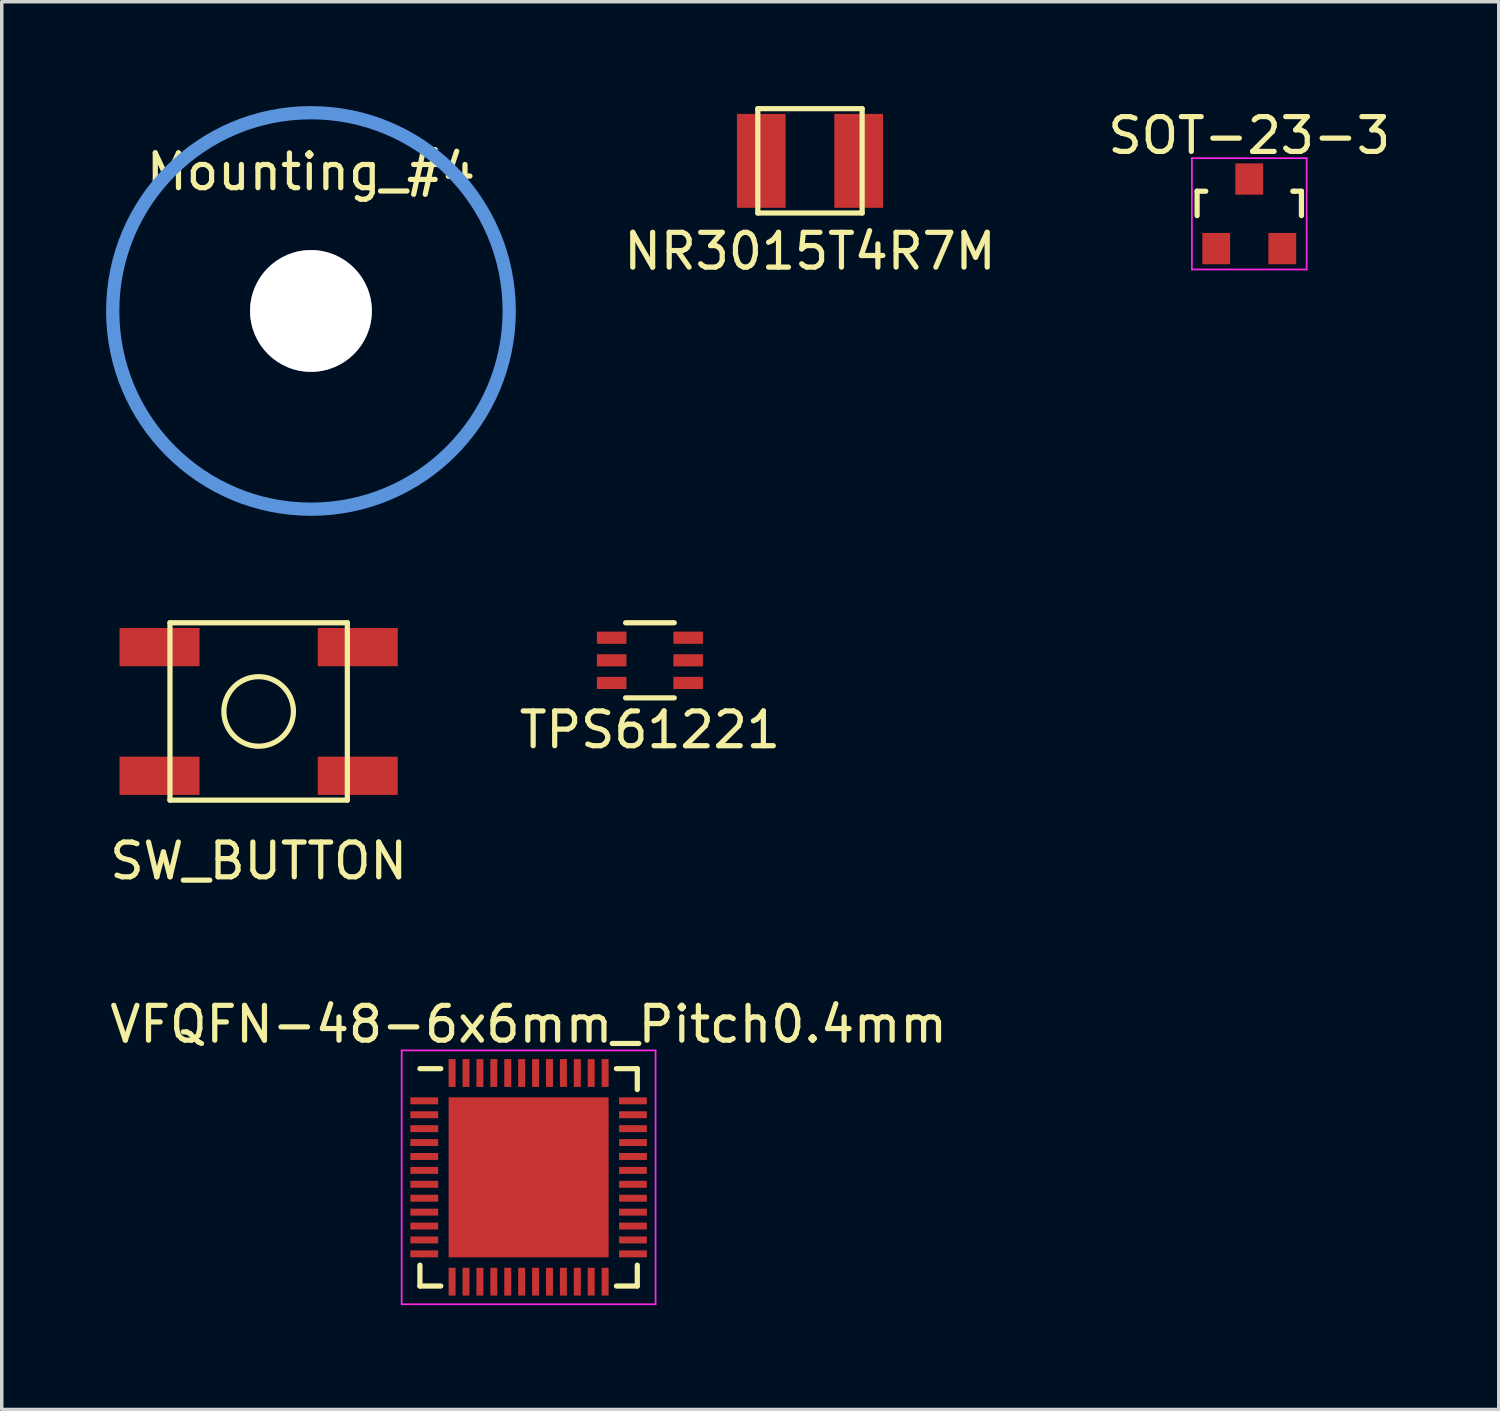
<source format=kicad_pcb>
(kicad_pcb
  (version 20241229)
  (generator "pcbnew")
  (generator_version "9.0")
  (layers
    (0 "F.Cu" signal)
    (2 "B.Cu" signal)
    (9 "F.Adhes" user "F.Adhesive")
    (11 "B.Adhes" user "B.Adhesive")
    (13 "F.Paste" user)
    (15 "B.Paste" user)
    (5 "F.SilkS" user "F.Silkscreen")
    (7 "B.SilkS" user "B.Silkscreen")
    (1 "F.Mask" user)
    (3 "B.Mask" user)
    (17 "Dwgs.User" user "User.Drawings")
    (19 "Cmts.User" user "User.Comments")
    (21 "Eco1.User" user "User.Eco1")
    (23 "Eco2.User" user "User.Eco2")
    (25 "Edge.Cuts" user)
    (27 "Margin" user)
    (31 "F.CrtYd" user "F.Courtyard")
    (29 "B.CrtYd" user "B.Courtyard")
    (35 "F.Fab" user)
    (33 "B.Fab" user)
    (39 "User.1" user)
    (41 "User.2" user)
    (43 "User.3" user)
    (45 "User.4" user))
  (footprint "TPS61221"
    (layer "F.Cu")
    (at 15.637 15.936)
    (property "Reference" "TPS61221" (at 0 2 0) (layer "F.SilkS") (effects (font (size 1 1) (thickness 0.15))))
    (attr through_hole)
    (fp_line (start -0.7 1.08) (end 0.7 1.08) (stroke (width 0.15) (type solid)) (layer "F.SilkS"))
    (fp_line (start 0.7 -1.08) (end -0.7 -1.08) (stroke (width 0.15) (type solid)) (layer "F.SilkS"))
    (pad "1" smd rect (at -1.1 -0.65 270) (size 0.35 0.85) (layers "F.Cu" "F.Mask" "F.Paste"))
    (pad "2" smd rect (at -1.1 0 270) (size 0.35 0.85) (layers "F.Cu" "F.Mask" "F.Paste"))
    (pad "3" smd rect (at -1.1 0.65 270) (size 0.35 0.85) (layers "F.Cu" "F.Mask" "F.Paste"))
    (pad "4" smd rect (at 1.1 0.65 270) (size 0.35 0.85) (layers "F.Cu" "F.Mask" "F.Paste"))
    (pad "5" smd rect (at 1.1 0 270) (size 0.35 0.85) (layers "F.Cu" "F.Mask" "F.Paste"))
    (pad "6" smd rect (at 1.1 -0.65 270) (size 0.35 0.85) (layers "F.Cu" "F.Mask" "F.Paste")))
  (footprint "SW_BUTTON"
    (layer "F.Cu")
    (at 4.387 17.406)
    (property "Reference" "SW_BUTTON" (at 0 4.3 0) (layer "F.SilkS") (effects (font (size 1 1) (thickness 0.15))))
    (attr through_hole)
    (fp_line (start -2.55 -2.55) (end -2.55 2.55) (stroke (width 0.15) (type solid)) (layer "F.SilkS"))
    (fp_line (start -2.55 2.55) (end 2.55 2.55) (stroke (width 0.15) (type solid)) (layer "F.SilkS"))
    (fp_line (start 2.55 -2.55) (end -2.55 -2.55) (stroke (width 0.15) (type solid)) (layer "F.SilkS"))
    (fp_line (start 2.55 2.55) (end 2.55 -2.55) (stroke (width 0.15) (type solid)) (layer "F.SilkS"))
    (fp_circle (center 0 0) (end 1 0) (stroke (width 0.15) (type solid)) (fill no) (layer "F.SilkS"))
    (pad "1" smd rect (at -2.85 -1.85) (size 2.3 1.1) (layers "F.Cu" "F.Mask" "F.Paste"))
    (pad "1" smd rect (at 2.85 -1.85) (size 2.3 1.1) (layers "F.Cu" "F.Mask" "F.Paste"))
    (pad "2" smd rect (at -2.85 1.85) (size 2.3 1.1) (layers "F.Cu" "F.Mask" "F.Paste"))
    (pad "2" smd rect (at 2.85 1.85) (size 2.3 1.1) (layers "F.Cu" "F.Mask" "F.Paste")))
  (footprint "SOT-23-3"
    (layer "F.Cu")
    (at 32.87 3.098)
    (property "Reference" "SOT-23-3" (at 0 -2.25 0) (layer "F.SilkS") (effects (font (size 1 1) (thickness 0.15))))
    (attr smd)
    (fp_line (start -1.5 -0.65) (end -1.251 -0.65) (stroke (width 0.15) (type solid)) (layer "F.SilkS"))
    (fp_line (start -1.5 0.051) (end -1.5 -0.65) (stroke (width 0.15) (type solid)) (layer "F.SilkS"))
    (fp_line (start 1.299 -0.65) (end 1.251 -0.65) (stroke (width 0.15) (type solid)) (layer "F.SilkS"))
    (fp_line (start 1.299 -0.65) (end 1.5 -0.65) (stroke (width 0.15) (type solid)) (layer "F.SilkS"))
    (fp_line (start 1.5 -0.65) (end 1.5 0.051) (stroke (width 0.15) (type solid)) (layer "F.SilkS"))
    (fp_line (start -1.65 -1.6) (end 1.65 -1.6) (stroke (width 0.05) (type solid)) (layer "F.CrtYd"))
    (fp_line (start -1.65 1.6) (end -1.65 -1.6) (stroke (width 0.05) (type solid)) (layer "F.CrtYd"))
    (fp_line (start 1.65 -1.6) (end 1.65 1.6) (stroke (width 0.05) (type solid)) (layer "F.CrtYd"))
    (fp_line (start 1.65 1.6) (end -1.65 1.6) (stroke (width 0.05) (type solid)) (layer "F.CrtYd"))
    (pad "1" smd rect (at -0.95 1) (size 0.8 0.9) (layers "F.Cu" "F.Mask" "F.Paste"))
    (pad "2" smd rect (at 0.95 1) (size 0.8 0.9) (layers "F.Cu" "F.Mask" "F.Paste"))
    (pad "3" smd rect (at 0 -1) (size 0.8 0.9) (layers "F.Cu" "F.Mask" "F.Paste")))
  (footprint "NR3015T4R7M"
    (layer "F.Cu")
    (at 20.239 1.575)
    (property "Reference" "NR3015T4R7M" (at 0 2.6 0) (layer "F.SilkS") (effects (font (size 1 1) (thickness 0.15))))
    (attr through_hole)
    (fp_line (start -1.5 -1.5) (end 1.5 -1.5) (stroke (width 0.15) (type solid)) (layer "F.SilkS"))
    (fp_line (start -1.5 1.5) (end -1.5 -1.5) (stroke (width 0.15) (type solid)) (layer "F.SilkS"))
    (fp_line (start 1.5 -1.5) (end 1.5 1.5) (stroke (width 0.15) (type solid)) (layer "F.SilkS"))
    (fp_line (start 1.5 1.5) (end -1.5 1.5) (stroke (width 0.15) (type solid)) (layer "F.SilkS"))
    (pad "1" smd rect (at -1.4 0) (size 1.4 2.7) (layers "F.Cu" "F.Mask" "F.Paste"))
    (pad "2" smd rect (at 1.4 0) (size 1.4 2.7) (layers "F.Cu" "F.Mask" "F.Paste")))
  (footprint "Mounting_#4"
    (layer "F.Cu")
    (at 5.891 5.891)
    (property "Reference" "Mounting_#4" (at 0 -4 0) (layer "F.SilkS") (effects (font (size 1 1) (thickness 0.15))))
    (attr through_hole)
    (fp_circle (center 0 0) (end 5.7 0) (stroke (width 0.381) (type solid)) (fill no) (layer "Cmts.User"))
    (pad "1" thru_hole circle (at 0 0) (size 3.5 3.5) (drill 3.5) (layers "*.Cu")))
  (footprint "VFQFN-48-6x6mm_Pitch0.4mm"
    (layer "F.Cu")
    (at 12.149 30.802)
    (property "Reference" "VFQFN-48-6x6mm_Pitch0.4mm" (at 0 -4.4 0) (layer "F.SilkS") (effects (font (size 1 1) (thickness 0.15))))
    (attr smd)
    (fp_line (start -3.125 -3.125) (end -2.525 -3.125) (stroke (width 0.15) (type solid)) (layer "F.SilkS"))
    (fp_line (start -3.125 3.125) (end -3.125 2.525) (stroke (width 0.15) (type solid)) (layer "F.SilkS"))
    (fp_line (start -3.125 3.125) (end -2.525 3.125) (stroke (width 0.15) (type solid)) (layer "F.SilkS"))
    (fp_line (start 3.125 -3.125) (end 2.525 -3.125) (stroke (width 0.15) (type solid)) (layer "F.SilkS"))
    (fp_line (start 3.125 -3.125) (end 3.125 -2.525) (stroke (width 0.15) (type solid)) (layer "F.SilkS"))
    (fp_line (start 3.125 3.125) (end 2.525 3.125) (stroke (width 0.15) (type solid)) (layer "F.SilkS"))
    (fp_line (start 3.125 3.125) (end 3.125 2.525) (stroke (width 0.15) (type solid)) (layer "F.SilkS"))
    (fp_line (start -3.65 -3.65) (end -3.65 3.65) (stroke (width 0.05) (type solid)) (layer "F.CrtYd"))
    (fp_line (start -3.65 -3.65) (end 3.65 -3.65) (stroke (width 0.05) (type solid)) (layer "F.CrtYd"))
    (fp_line (start -3.65 3.65) (end 3.65 3.65) (stroke (width 0.05) (type solid)) (layer "F.CrtYd"))
    (fp_line (start 3.65 -3.65) (end 3.65 3.65) (stroke (width 0.05) (type solid)) (layer "F.CrtYd"))
    (pad "1" smd rect (at -3 -2.2) (size 0.8 0.2) (layers "F.Cu" "F.Mask" "F.Paste"))
    (pad "2" smd rect (at -3 -1.8) (size 0.8 0.2) (layers "F.Cu" "F.Mask" "F.Paste"))
    (pad "3" smd rect (at -3 -1.4) (size 0.8 0.2) (layers "F.Cu" "F.Mask" "F.Paste"))
    (pad "4" smd rect (at -3 -1) (size 0.8 0.2) (layers "F.Cu" "F.Mask" "F.Paste"))
    (pad "5" smd rect (at -3 -0.6) (size 0.8 0.2) (layers "F.Cu" "F.Mask" "F.Paste"))
    (pad "6" smd rect (at -3 -0.2) (size 0.8 0.2) (layers "F.Cu" "F.Mask" "F.Paste"))
    (pad "7" smd rect (at -3 0.2) (size 0.8 0.2) (layers "F.Cu" "F.Mask" "F.Paste"))
    (pad "8" smd rect (at -3 0.6) (size 0.8 0.2) (layers "F.Cu" "F.Mask" "F.Paste"))
    (pad "9" smd rect (at -3 1) (size 0.8 0.2) (layers "F.Cu" "F.Mask" "F.Paste"))
    (pad "10" smd rect (at -3 1.4) (size 0.8 0.2) (layers "F.Cu" "F.Mask" "F.Paste"))
    (pad "11" smd rect (at -3 1.8) (size 0.8 0.2) (layers "F.Cu" "F.Mask" "F.Paste"))
    (pad "12" smd rect (at -3 2.2) (size 0.8 0.2) (layers "F.Cu" "F.Mask" "F.Paste"))
    (pad "13" smd rect (at -2.2 3 90) (size 0.8 0.2) (layers "F.Cu" "F.Mask" "F.Paste"))
    (pad "14" smd rect (at -1.8 3 90) (size 0.8 0.2) (layers "F.Cu" "F.Mask" "F.Paste"))
    (pad "15" smd rect (at -1.4 3 90) (size 0.8 0.2) (layers "F.Cu" "F.Mask" "F.Paste"))
    (pad "16" smd rect (at -1 3 90) (size 0.8 0.2) (layers "F.Cu" "F.Mask" "F.Paste"))
    (pad "17" smd rect (at -0.6 3 90) (size 0.8 0.2) (layers "F.Cu" "F.Mask" "F.Paste"))
    (pad "18" smd rect (at -0.2 3 90) (size 0.8 0.2) (layers "F.Cu" "F.Mask" "F.Paste"))
    (pad "19" smd rect (at 0.2 3 90) (size 0.8 0.2) (layers "F.Cu" "F.Mask" "F.Paste"))
    (pad "20" smd rect (at 0.6 3 90) (size 0.8 0.2) (layers "F.Cu" "F.Mask" "F.Paste"))
    (pad "21" smd rect (at 1 3 90) (size 0.8 0.2) (layers "F.Cu" "F.Mask" "F.Paste"))
    (pad "22" smd rect (at 1.4 3 90) (size 0.8 0.2) (layers "F.Cu" "F.Mask" "F.Paste"))
    (pad "23" smd rect (at 1.8 3 90) (size 0.8 0.2) (layers "F.Cu" "F.Mask" "F.Paste"))
    (pad "24" smd rect (at 2.2 3 90) (size 0.8 0.2) (layers "F.Cu" "F.Mask" "F.Paste"))
    (pad "25" smd rect (at 3 2.2) (size 0.8 0.2) (layers "F.Cu" "F.Mask" "F.Paste"))
    (pad "26" smd rect (at 3 1.8) (size 0.8 0.2) (layers "F.Cu" "F.Mask" "F.Paste"))
    (pad "27" smd rect (at 3 1.4) (size 0.8 0.2) (layers "F.Cu" "F.Mask" "F.Paste"))
    (pad "28" smd rect (at 3 1) (size 0.8 0.2) (layers "F.Cu" "F.Mask" "F.Paste"))
    (pad "29" smd rect (at 3 0.6) (size 0.8 0.2) (layers "F.Cu" "F.Mask" "F.Paste"))
    (pad "30" smd rect (at 3 0.2) (size 0.8 0.2) (layers "F.Cu" "F.Mask" "F.Paste"))
    (pad "31" smd rect (at 3 -0.2) (size 0.8 0.2) (layers "F.Cu" "F.Mask" "F.Paste"))
    (pad "32" smd rect (at 3 -0.6) (size 0.8 0.2) (layers "F.Cu" "F.Mask" "F.Paste"))
    (pad "33" smd rect (at 3 -1) (size 0.8 0.2) (layers "F.Cu" "F.Mask" "F.Paste"))
    (pad "34" smd rect (at 3 -1.4) (size 0.8 0.2) (layers "F.Cu" "F.Mask" "F.Paste"))
    (pad "35" smd rect (at 3 -1.8) (size 0.8 0.2) (layers "F.Cu" "F.Mask" "F.Paste"))
    (pad "36" smd rect (at 3 -2.2) (size 0.8 0.2) (layers "F.Cu" "F.Mask" "F.Paste"))
    (pad "37" smd rect (at 2.2 -3 90) (size 0.8 0.2) (layers "F.Cu" "F.Mask" "F.Paste"))
    (pad "38" smd rect (at 1.8 -3 90) (size 0.8 0.2) (layers "F.Cu" "F.Mask" "F.Paste"))
    (pad "39" smd rect (at 1.4 -3 90) (size 0.8 0.2) (layers "F.Cu" "F.Mask" "F.Paste"))
    (pad "40" smd rect (at 1 -3 90) (size 0.8 0.2) (layers "F.Cu" "F.Mask" "F.Paste"))
    (pad "41" smd rect (at 0.6 -3 90) (size 0.8 0.2) (layers "F.Cu" "F.Mask" "F.Paste"))
    (pad "42" smd rect (at 0.2 -3 90) (size 0.8 0.2) (layers "F.Cu" "F.Mask" "F.Paste"))
    (pad "43" smd rect (at -0.2 -3 90) (size 0.8 0.2) (layers "F.Cu" "F.Mask" "F.Paste"))
    (pad "44" smd rect (at -0.6 -3 90) (size 0.8 0.2) (layers "F.Cu" "F.Mask" "F.Paste"))
    (pad "45" smd rect (at -1 -3 90) (size 0.8 0.2) (layers "F.Cu" "F.Mask" "F.Paste"))
    (pad "46" smd rect (at -1.4 -3 90) (size 0.8 0.2) (layers "F.Cu" "F.Mask" "F.Paste"))
    (pad "47" smd rect (at -1.8 -3 90) (size 0.8 0.2) (layers "F.Cu" "F.Mask" "F.Paste"))
    (pad "48" smd rect (at -2.2 -3 90) (size 0.8 0.2) (layers "F.Cu" "F.Mask" "F.Paste"))
    (pad "49" smd rect (at 0 0) (size 4.6 4.6) (layers "F.Cu" "F.Mask" "F.Paste")))
  (gr_rect
    (start -3 -3)
    (end 40.043 37.477)
    (stroke (width 0.1) (type default))
    (fill no)
    (layer "Edge.Cuts")))
</source>
